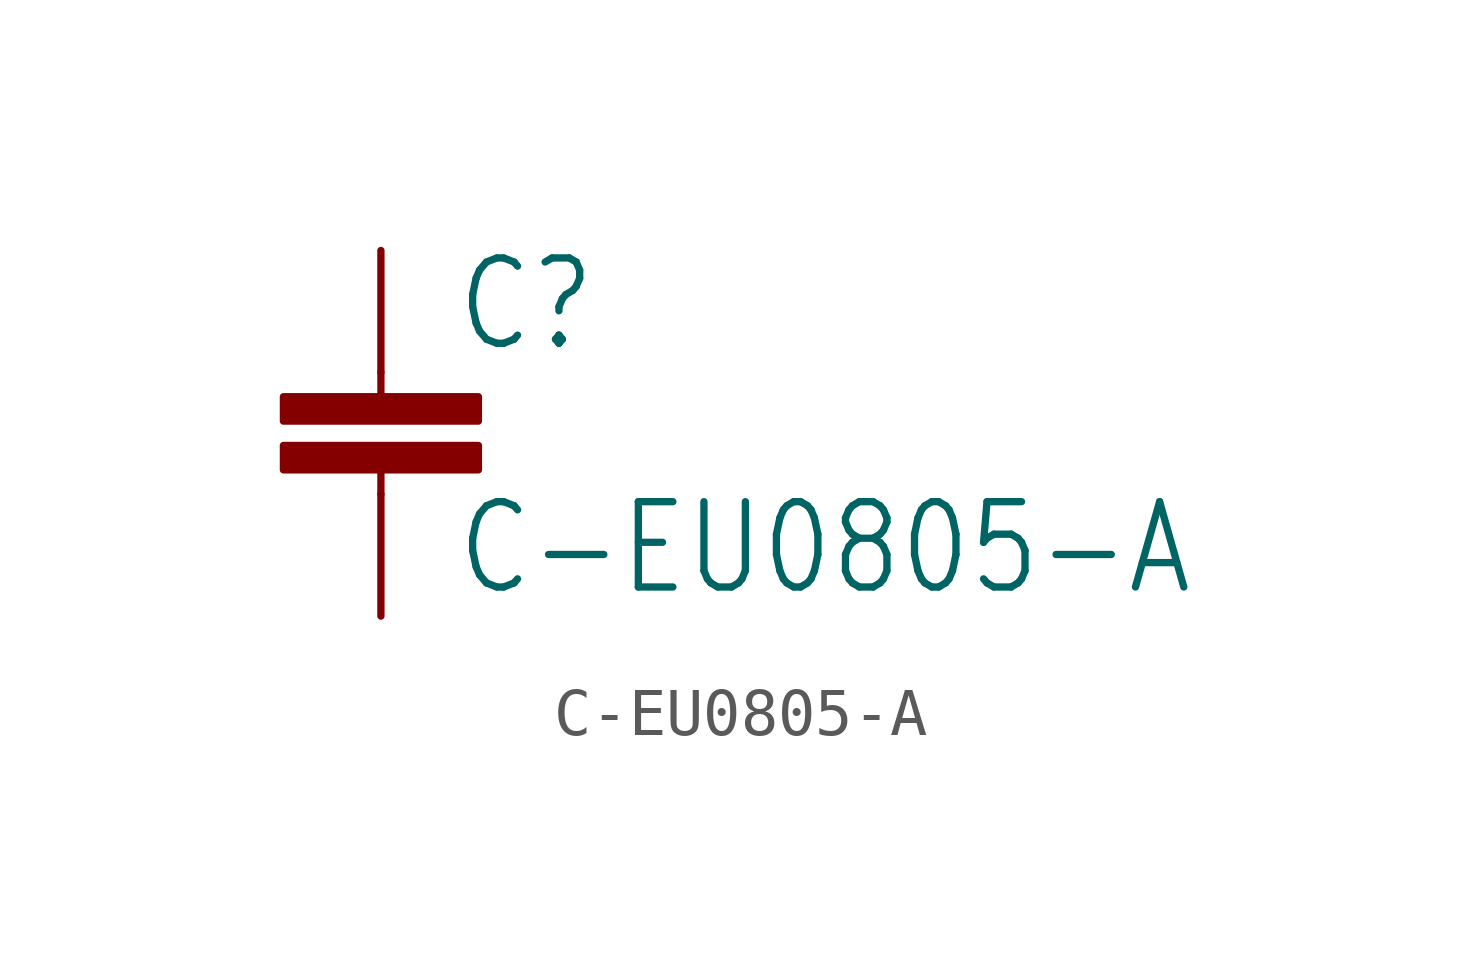
<source format=kicad_sym>
(kicad_symbol_lib
  (version 20211014)
  (generator kicad_symbol_editor)
  (symbol "C-EU0805-A"
    (property "Reference" "C"
      (at 1.524 0.381 0)
      (effects (font (size 1.778 1.511)) (justify left bottom)))
    (property "Value" "C-EU0805-A"
      (at 1.524 -4.699 0)
      (effects (font (size 1.778 1.511)) (justify left bottom)))
    (property "ki_locked" ""
      (at 0 0 0)
      (effects (font (size 1.27 1.27))))
    (symbol "C-EU0805-A_1_0"
      (rectangle (start -2.032 -2.032) (end 2.032 -1.524) (stroke (width 0) (type default)) (fill (type outline)))
      (rectangle (start -2.032 -1.016) (end 2.032 -0.508) (stroke (width 0) (type default)) (fill (type outline)))
      (polyline (pts (xy 0 -2.54) (xy 0 -2.032)) (stroke (width 0.152) (type default)) (fill (type none)))
      (polyline (pts (xy 0 0) (xy 0 -0.508)) (stroke (width 0.152) (type default)) (fill (type none)))
      (pin passive line (at 0 2.54 270) (length 2.54) (name "1" (effects (font (size 0 0)))) (number "1" (effects (font (size 0 0)))))
      (pin passive line (at 0 -5.08 90) (length 2.54) (name "2" (effects (font (size 0 0)))) (number "2" (effects (font (size 0 0))))))))
</source>
